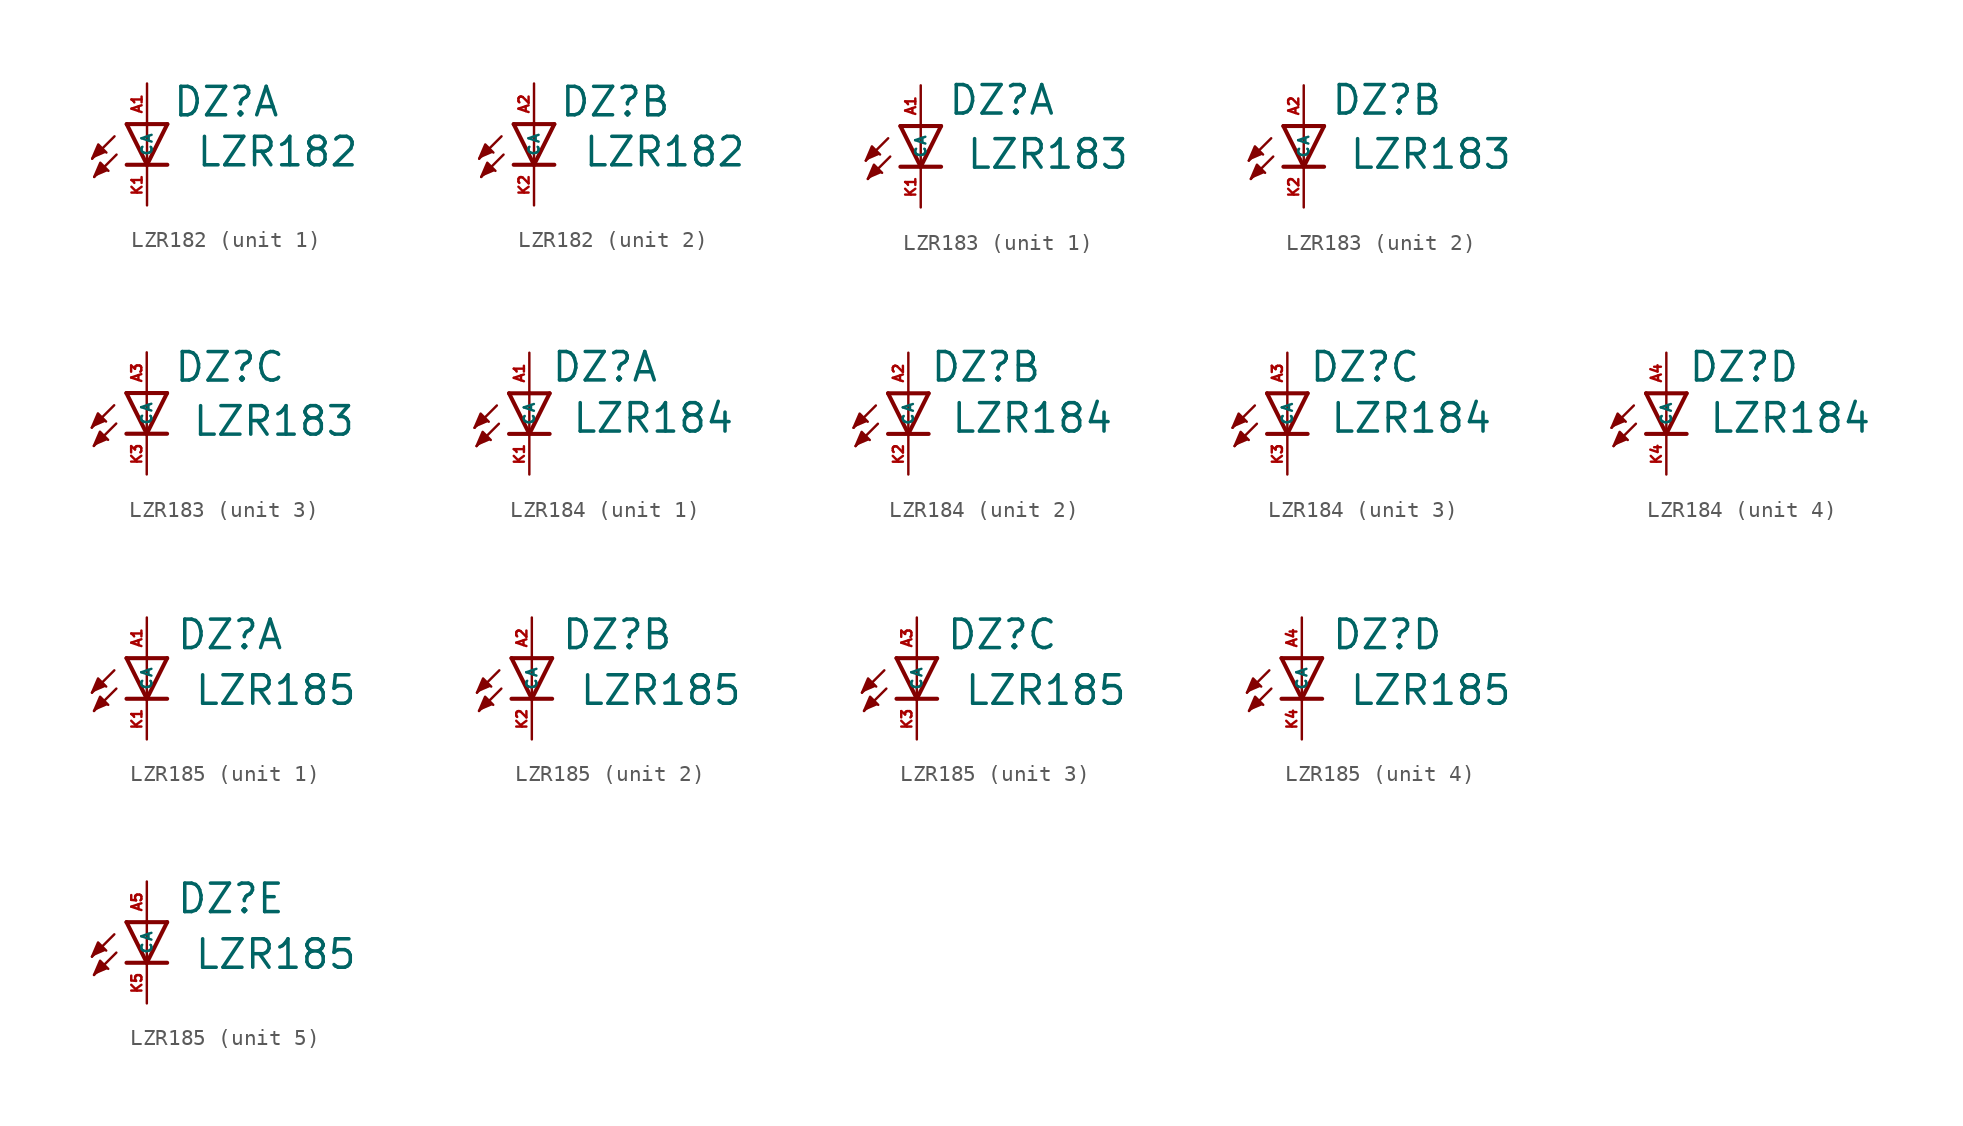
<source format=kicad_sym>
(kicad_symbol_lib
  (version 20220914)
  (generator kicad_symbol_editor)
  (symbol "LZR182"
    (property "Reference" "DZ"
      (at 1.549 0.356 0)
      (effects (font (size 1.778 1.778) (thickness 0.22)) (justify left bottom)))
    (property "Value" "LZR182"
      (at 3.023 -2.769 0)
      (effects (font (size 1.778 1.778) (thickness 0.22)) (justify left bottom)))
    (symbol "LZR182_1_0"
      (polyline (pts (xy -2.032 -0.762) (xy -3.429 -2.159)) (stroke (width 0.152) (type default)) (fill (type none)))
      (polyline (pts (xy -1.905 -1.905) (xy -3.302 -3.302)) (stroke (width 0.152) (type default)) (fill (type none)))
      (polyline (pts (xy 0 -2.54) (xy -1.27 -2.54)) (stroke (width 0.254) (type default)) (fill (type none)))
      (polyline (pts (xy 0 -2.54) (xy -1.27 0)) (stroke (width 0.254) (type default)) (fill (type none)))
      (polyline (pts (xy 0 0) (xy -1.27 0)) (stroke (width 0.254) (type default)) (fill (type none)))
      (polyline (pts (xy 0 0) (xy 0 -2.54)) (stroke (width 0.152) (type default)) (fill (type none)))
      (polyline (pts (xy 1.27 -2.54) (xy 0 -2.54)) (stroke (width 0.254) (type default)) (fill (type none)))
      (polyline (pts (xy 1.27 0) (xy 0 -2.54)) (stroke (width 0.254) (type default)) (fill (type none)))
      (polyline (pts (xy 1.27 0) (xy 0 0)) (stroke (width 0.254) (type default)) (fill (type none)))
      (polyline (pts (xy -3.429 -2.159) (xy -3.048 -1.27) (xy -2.54 -1.778)) (stroke (width 0.152) (type default)) (fill (type outline)))
      (polyline (pts (xy -3.302 -3.302) (xy -2.921 -2.413) (xy -2.413 -2.921)) (stroke (width 0.152) (type default)) (fill (type outline)))
      (pin passive line (at 0 2.54 270) (length 2.54) (name "A" (effects (font (size 0.635 0.635)))) (number "A1" (effects (font (size 0.635 0.635)))))
      (pin passive line (at 0 -5.08 90) (length 2.54) (name "C" (effects (font (size 0.635 0.635)))) (number "K1" (effects (font (size 0.635 0.635))))))
    (symbol "LZR182_2_0"
      (polyline (pts (xy -2.032 -0.762) (xy -3.429 -2.159)) (stroke (width 0.152) (type default)) (fill (type none)))
      (polyline (pts (xy -1.905 -1.905) (xy -3.302 -3.302)) (stroke (width 0.152) (type default)) (fill (type none)))
      (polyline (pts (xy 0 -2.54) (xy -1.27 -2.54)) (stroke (width 0.254) (type default)) (fill (type none)))
      (polyline (pts (xy 0 -2.54) (xy -1.27 0)) (stroke (width 0.254) (type default)) (fill (type none)))
      (polyline (pts (xy 0 0) (xy -1.27 0)) (stroke (width 0.254) (type default)) (fill (type none)))
      (polyline (pts (xy 0 0) (xy 0 -2.54)) (stroke (width 0.152) (type default)) (fill (type none)))
      (polyline (pts (xy 1.27 -2.54) (xy 0 -2.54)) (stroke (width 0.254) (type default)) (fill (type none)))
      (polyline (pts (xy 1.27 0) (xy 0 -2.54)) (stroke (width 0.254) (type default)) (fill (type none)))
      (polyline (pts (xy 1.27 0) (xy 0 0)) (stroke (width 0.254) (type default)) (fill (type none)))
      (polyline (pts (xy -3.429 -2.159) (xy -3.048 -1.27) (xy -2.54 -1.778)) (stroke (width 0.152) (type default)) (fill (type outline)))
      (polyline (pts (xy -3.302 -3.302) (xy -2.921 -2.413) (xy -2.413 -2.921)) (stroke (width 0.152) (type default)) (fill (type outline)))
      (pin passive line (at 0 2.54 270) (length 2.54) (name "A" (effects (font (size 0.635 0.635)))) (number "A2" (effects (font (size 0.635 0.635)))))
      (pin passive line (at 0 -5.08 90) (length 2.54) (name "C" (effects (font (size 0.635 0.635)))) (number "K2" (effects (font (size 0.635 0.635)))))))
  (symbol "LZR183"
    (property "Reference" "DZ"
      (at 1.651 0.584 0)
      (effects (font (size 1.778 1.778) (thickness 0.22)) (justify left bottom)))
    (property "Value" "LZR183"
      (at 2.794 -2.794 0)
      (effects (font (size 1.778 1.778) (thickness 0.22)) (justify left bottom)))
    (symbol "LZR183_1_0"
      (polyline (pts (xy -2.032 -0.762) (xy -3.429 -2.159)) (stroke (width 0.152) (type default)) (fill (type none)))
      (polyline (pts (xy -1.905 -1.905) (xy -3.302 -3.302)) (stroke (width 0.152) (type default)) (fill (type none)))
      (polyline (pts (xy 0 -2.54) (xy -1.27 -2.54)) (stroke (width 0.254) (type default)) (fill (type none)))
      (polyline (pts (xy 0 -2.54) (xy -1.27 0)) (stroke (width 0.254) (type default)) (fill (type none)))
      (polyline (pts (xy 0 0) (xy -1.27 0)) (stroke (width 0.254) (type default)) (fill (type none)))
      (polyline (pts (xy 0 0) (xy 0 -2.54)) (stroke (width 0.152) (type default)) (fill (type none)))
      (polyline (pts (xy 1.27 -2.54) (xy 0 -2.54)) (stroke (width 0.254) (type default)) (fill (type none)))
      (polyline (pts (xy 1.27 0) (xy 0 -2.54)) (stroke (width 0.254) (type default)) (fill (type none)))
      (polyline (pts (xy 1.27 0) (xy 0 0)) (stroke (width 0.254) (type default)) (fill (type none)))
      (polyline (pts (xy -3.429 -2.159) (xy -3.048 -1.27) (xy -2.54 -1.778)) (stroke (width 0.152) (type default)) (fill (type outline)))
      (polyline (pts (xy -3.302 -3.302) (xy -2.921 -2.413) (xy -2.413 -2.921)) (stroke (width 0.152) (type default)) (fill (type outline)))
      (pin passive line (at 0 2.54 270) (length 2.54) (name "A" (effects (font (size 0.635 0.635)))) (number "A1" (effects (font (size 0.635 0.635)))))
      (pin passive line (at 0 -5.08 90) (length 2.54) (name "C" (effects (font (size 0.635 0.635)))) (number "K1" (effects (font (size 0.635 0.635))))))
    (symbol "LZR183_2_0"
      (polyline (pts (xy -2.032 -0.762) (xy -3.429 -2.159)) (stroke (width 0.152) (type default)) (fill (type none)))
      (polyline (pts (xy -1.905 -1.905) (xy -3.302 -3.302)) (stroke (width 0.152) (type default)) (fill (type none)))
      (polyline (pts (xy 0 -2.54) (xy -1.27 -2.54)) (stroke (width 0.254) (type default)) (fill (type none)))
      (polyline (pts (xy 0 -2.54) (xy -1.27 0)) (stroke (width 0.254) (type default)) (fill (type none)))
      (polyline (pts (xy 0 0) (xy -1.27 0)) (stroke (width 0.254) (type default)) (fill (type none)))
      (polyline (pts (xy 0 0) (xy 0 -2.54)) (stroke (width 0.152) (type default)) (fill (type none)))
      (polyline (pts (xy 1.27 -2.54) (xy 0 -2.54)) (stroke (width 0.254) (type default)) (fill (type none)))
      (polyline (pts (xy 1.27 0) (xy 0 -2.54)) (stroke (width 0.254) (type default)) (fill (type none)))
      (polyline (pts (xy 1.27 0) (xy 0 0)) (stroke (width 0.254) (type default)) (fill (type none)))
      (polyline (pts (xy -3.429 -2.159) (xy -3.048 -1.27) (xy -2.54 -1.778)) (stroke (width 0.152) (type default)) (fill (type outline)))
      (polyline (pts (xy -3.302 -3.302) (xy -2.921 -2.413) (xy -2.413 -2.921)) (stroke (width 0.152) (type default)) (fill (type outline)))
      (pin passive line (at 0 2.54 270) (length 2.54) (name "A" (effects (font (size 0.635 0.635)))) (number "A2" (effects (font (size 0.635 0.635)))))
      (pin passive line (at 0 -5.08 90) (length 2.54) (name "C" (effects (font (size 0.635 0.635)))) (number "K2" (effects (font (size 0.635 0.635))))))
    (symbol "LZR183_3_0"
      (polyline (pts (xy -2.032 -0.762) (xy -3.429 -2.159)) (stroke (width 0.152) (type default)) (fill (type none)))
      (polyline (pts (xy -1.905 -1.905) (xy -3.302 -3.302)) (stroke (width 0.152) (type default)) (fill (type none)))
      (polyline (pts (xy 0 -2.54) (xy -1.27 -2.54)) (stroke (width 0.254) (type default)) (fill (type none)))
      (polyline (pts (xy 0 -2.54) (xy -1.27 0)) (stroke (width 0.254) (type default)) (fill (type none)))
      (polyline (pts (xy 0 0) (xy -1.27 0)) (stroke (width 0.254) (type default)) (fill (type none)))
      (polyline (pts (xy 0 0) (xy 0 -2.54)) (stroke (width 0.152) (type default)) (fill (type none)))
      (polyline (pts (xy 1.27 -2.54) (xy 0 -2.54)) (stroke (width 0.254) (type default)) (fill (type none)))
      (polyline (pts (xy 1.27 0) (xy 0 -2.54)) (stroke (width 0.254) (type default)) (fill (type none)))
      (polyline (pts (xy 1.27 0) (xy 0 0)) (stroke (width 0.254) (type default)) (fill (type none)))
      (polyline (pts (xy -3.429 -2.159) (xy -3.048 -1.27) (xy -2.54 -1.778)) (stroke (width 0.152) (type default)) (fill (type outline)))
      (polyline (pts (xy -3.302 -3.302) (xy -2.921 -2.413) (xy -2.413 -2.921)) (stroke (width 0.152) (type default)) (fill (type outline)))
      (pin passive line (at 0 2.54 270) (length 2.54) (name "A" (effects (font (size 0.635 0.635)))) (number "A3" (effects (font (size 0.635 0.635)))))
      (pin passive line (at 0 -5.08 90) (length 2.54) (name "C" (effects (font (size 0.635 0.635)))) (number "K3" (effects (font (size 0.635 0.635)))))))
  (symbol "LZR184"
    (property "Reference" "DZ"
      (at 1.321 0.61 0)
      (effects (font (size 1.778 1.778) (thickness 0.22)) (justify left bottom)))
    (property "Value" "LZR184"
      (at 2.616 -2.591 0)
      (effects (font (size 1.778 1.778) (thickness 0.22)) (justify left bottom)))
    (symbol "LZR184_1_0"
      (polyline (pts (xy -2.032 -0.762) (xy -3.429 -2.159)) (stroke (width 0.152) (type default)) (fill (type none)))
      (polyline (pts (xy -1.905 -1.905) (xy -3.302 -3.302)) (stroke (width 0.152) (type default)) (fill (type none)))
      (polyline (pts (xy 0 -2.54) (xy -1.27 -2.54)) (stroke (width 0.254) (type default)) (fill (type none)))
      (polyline (pts (xy 0 -2.54) (xy -1.27 0)) (stroke (width 0.254) (type default)) (fill (type none)))
      (polyline (pts (xy 0 0) (xy -1.27 0)) (stroke (width 0.254) (type default)) (fill (type none)))
      (polyline (pts (xy 0 0) (xy 0 -2.54)) (stroke (width 0.152) (type default)) (fill (type none)))
      (polyline (pts (xy 1.27 -2.54) (xy 0 -2.54)) (stroke (width 0.254) (type default)) (fill (type none)))
      (polyline (pts (xy 1.27 0) (xy 0 -2.54)) (stroke (width 0.254) (type default)) (fill (type none)))
      (polyline (pts (xy 1.27 0) (xy 0 0)) (stroke (width 0.254) (type default)) (fill (type none)))
      (polyline (pts (xy -3.429 -2.159) (xy -3.048 -1.27) (xy -2.54 -1.778)) (stroke (width 0.152) (type default)) (fill (type outline)))
      (polyline (pts (xy -3.302 -3.302) (xy -2.921 -2.413) (xy -2.413 -2.921)) (stroke (width 0.152) (type default)) (fill (type outline)))
      (pin passive line (at 0 2.54 270) (length 2.54) (name "A" (effects (font (size 0.635 0.635)))) (number "A1" (effects (font (size 0.635 0.635)))))
      (pin passive line (at 0 -5.08 90) (length 2.54) (name "C" (effects (font (size 0.635 0.635)))) (number "K1" (effects (font (size 0.635 0.635))))))
    (symbol "LZR184_2_0"
      (polyline (pts (xy -2.032 -0.762) (xy -3.429 -2.159)) (stroke (width 0.152) (type default)) (fill (type none)))
      (polyline (pts (xy -1.905 -1.905) (xy -3.302 -3.302)) (stroke (width 0.152) (type default)) (fill (type none)))
      (polyline (pts (xy 0 -2.54) (xy -1.27 -2.54)) (stroke (width 0.254) (type default)) (fill (type none)))
      (polyline (pts (xy 0 -2.54) (xy -1.27 0)) (stroke (width 0.254) (type default)) (fill (type none)))
      (polyline (pts (xy 0 0) (xy -1.27 0)) (stroke (width 0.254) (type default)) (fill (type none)))
      (polyline (pts (xy 0 0) (xy 0 -2.54)) (stroke (width 0.152) (type default)) (fill (type none)))
      (polyline (pts (xy 1.27 -2.54) (xy 0 -2.54)) (stroke (width 0.254) (type default)) (fill (type none)))
      (polyline (pts (xy 1.27 0) (xy 0 -2.54)) (stroke (width 0.254) (type default)) (fill (type none)))
      (polyline (pts (xy 1.27 0) (xy 0 0)) (stroke (width 0.254) (type default)) (fill (type none)))
      (polyline (pts (xy -3.429 -2.159) (xy -3.048 -1.27) (xy -2.54 -1.778)) (stroke (width 0.152) (type default)) (fill (type outline)))
      (polyline (pts (xy -3.302 -3.302) (xy -2.921 -2.413) (xy -2.413 -2.921)) (stroke (width 0.152) (type default)) (fill (type outline)))
      (pin passive line (at 0 2.54 270) (length 2.54) (name "A" (effects (font (size 0.635 0.635)))) (number "A2" (effects (font (size 0.635 0.635)))))
      (pin passive line (at 0 -5.08 90) (length 2.54) (name "C" (effects (font (size 0.635 0.635)))) (number "K2" (effects (font (size 0.635 0.635))))))
    (symbol "LZR184_3_0"
      (polyline (pts (xy -2.032 -0.762) (xy -3.429 -2.159)) (stroke (width 0.152) (type default)) (fill (type none)))
      (polyline (pts (xy -1.905 -1.905) (xy -3.302 -3.302)) (stroke (width 0.152) (type default)) (fill (type none)))
      (polyline (pts (xy 0 -2.54) (xy -1.27 -2.54)) (stroke (width 0.254) (type default)) (fill (type none)))
      (polyline (pts (xy 0 -2.54) (xy -1.27 0)) (stroke (width 0.254) (type default)) (fill (type none)))
      (polyline (pts (xy 0 0) (xy -1.27 0)) (stroke (width 0.254) (type default)) (fill (type none)))
      (polyline (pts (xy 0 0) (xy 0 -2.54)) (stroke (width 0.152) (type default)) (fill (type none)))
      (polyline (pts (xy 1.27 -2.54) (xy 0 -2.54)) (stroke (width 0.254) (type default)) (fill (type none)))
      (polyline (pts (xy 1.27 0) (xy 0 -2.54)) (stroke (width 0.254) (type default)) (fill (type none)))
      (polyline (pts (xy 1.27 0) (xy 0 0)) (stroke (width 0.254) (type default)) (fill (type none)))
      (polyline (pts (xy -3.429 -2.159) (xy -3.048 -1.27) (xy -2.54 -1.778)) (stroke (width 0.152) (type default)) (fill (type outline)))
      (polyline (pts (xy -3.302 -3.302) (xy -2.921 -2.413) (xy -2.413 -2.921)) (stroke (width 0.152) (type default)) (fill (type outline)))
      (pin passive line (at 0 2.54 270) (length 2.54) (name "A" (effects (font (size 0.635 0.635)))) (number "A3" (effects (font (size 0.635 0.635)))))
      (pin passive line (at 0 -5.08 90) (length 2.54) (name "C" (effects (font (size 0.635 0.635)))) (number "K3" (effects (font (size 0.635 0.635))))))
    (symbol "LZR184_4_0"
      (polyline (pts (xy -2.032 -0.762) (xy -3.429 -2.159)) (stroke (width 0.152) (type default)) (fill (type none)))
      (polyline (pts (xy -1.905 -1.905) (xy -3.302 -3.302)) (stroke (width 0.152) (type default)) (fill (type none)))
      (polyline (pts (xy 0 -2.54) (xy -1.27 -2.54)) (stroke (width 0.254) (type default)) (fill (type none)))
      (polyline (pts (xy 0 -2.54) (xy -1.27 0)) (stroke (width 0.254) (type default)) (fill (type none)))
      (polyline (pts (xy 0 0) (xy -1.27 0)) (stroke (width 0.254) (type default)) (fill (type none)))
      (polyline (pts (xy 0 0) (xy 0 -2.54)) (stroke (width 0.152) (type default)) (fill (type none)))
      (polyline (pts (xy 1.27 -2.54) (xy 0 -2.54)) (stroke (width 0.254) (type default)) (fill (type none)))
      (polyline (pts (xy 1.27 0) (xy 0 -2.54)) (stroke (width 0.254) (type default)) (fill (type none)))
      (polyline (pts (xy 1.27 0) (xy 0 0)) (stroke (width 0.254) (type default)) (fill (type none)))
      (polyline (pts (xy -3.429 -2.159) (xy -3.048 -1.27) (xy -2.54 -1.778)) (stroke (width 0.152) (type default)) (fill (type outline)))
      (polyline (pts (xy -3.302 -3.302) (xy -2.921 -2.413) (xy -2.413 -2.921)) (stroke (width 0.152) (type default)) (fill (type outline)))
      (pin passive line (at 0 2.54 270) (length 2.54) (name "A" (effects (font (size 0.635 0.635)))) (number "A4" (effects (font (size 0.635 0.635)))))
      (pin passive line (at 0 -5.08 90) (length 2.54) (name "C" (effects (font (size 0.635 0.635)))) (number "K4" (effects (font (size 0.635 0.635)))))))
  (symbol "LZR185"
    (property "Reference" "DZ"
      (at 1.803 0.432 0)
      (effects (font (size 1.778 1.778) (thickness 0.22)) (justify left bottom)))
    (property "Value" "LZR185"
      (at 2.921 -3.048 0)
      (effects (font (size 1.778 1.778) (thickness 0.22)) (justify left bottom)))
    (symbol "LZR185_1_0"
      (polyline (pts (xy -2.032 -0.762) (xy -3.429 -2.159)) (stroke (width 0.152) (type default)) (fill (type none)))
      (polyline (pts (xy -1.905 -1.905) (xy -3.302 -3.302)) (stroke (width 0.152) (type default)) (fill (type none)))
      (polyline (pts (xy 0 -2.54) (xy -1.27 -2.54)) (stroke (width 0.254) (type default)) (fill (type none)))
      (polyline (pts (xy 0 -2.54) (xy -1.27 0)) (stroke (width 0.254) (type default)) (fill (type none)))
      (polyline (pts (xy 0 0) (xy -1.27 0)) (stroke (width 0.254) (type default)) (fill (type none)))
      (polyline (pts (xy 0 0) (xy 0 -2.54)) (stroke (width 0.152) (type default)) (fill (type none)))
      (polyline (pts (xy 1.27 -2.54) (xy 0 -2.54)) (stroke (width 0.254) (type default)) (fill (type none)))
      (polyline (pts (xy 1.27 0) (xy 0 -2.54)) (stroke (width 0.254) (type default)) (fill (type none)))
      (polyline (pts (xy 1.27 0) (xy 0 0)) (stroke (width 0.254) (type default)) (fill (type none)))
      (polyline (pts (xy -3.429 -2.159) (xy -3.048 -1.27) (xy -2.54 -1.778)) (stroke (width 0.152) (type default)) (fill (type outline)))
      (polyline (pts (xy -3.302 -3.302) (xy -2.921 -2.413) (xy -2.413 -2.921)) (stroke (width 0.152) (type default)) (fill (type outline)))
      (pin passive line (at 0 2.54 270) (length 2.54) (name "A" (effects (font (size 0.635 0.635)))) (number "A1" (effects (font (size 0.635 0.635)))))
      (pin passive line (at 0 -5.08 90) (length 2.54) (name "C" (effects (font (size 0.635 0.635)))) (number "K1" (effects (font (size 0.635 0.635))))))
    (symbol "LZR185_2_0"
      (polyline (pts (xy -2.032 -0.762) (xy -3.429 -2.159)) (stroke (width 0.152) (type default)) (fill (type none)))
      (polyline (pts (xy -1.905 -1.905) (xy -3.302 -3.302)) (stroke (width 0.152) (type default)) (fill (type none)))
      (polyline (pts (xy 0 -2.54) (xy -1.27 -2.54)) (stroke (width 0.254) (type default)) (fill (type none)))
      (polyline (pts (xy 0 -2.54) (xy -1.27 0)) (stroke (width 0.254) (type default)) (fill (type none)))
      (polyline (pts (xy 0 0) (xy -1.27 0)) (stroke (width 0.254) (type default)) (fill (type none)))
      (polyline (pts (xy 0 0) (xy 0 -2.54)) (stroke (width 0.152) (type default)) (fill (type none)))
      (polyline (pts (xy 1.27 -2.54) (xy 0 -2.54)) (stroke (width 0.254) (type default)) (fill (type none)))
      (polyline (pts (xy 1.27 0) (xy 0 -2.54)) (stroke (width 0.254) (type default)) (fill (type none)))
      (polyline (pts (xy 1.27 0) (xy 0 0)) (stroke (width 0.254) (type default)) (fill (type none)))
      (polyline (pts (xy -3.429 -2.159) (xy -3.048 -1.27) (xy -2.54 -1.778)) (stroke (width 0.152) (type default)) (fill (type outline)))
      (polyline (pts (xy -3.302 -3.302) (xy -2.921 -2.413) (xy -2.413 -2.921)) (stroke (width 0.152) (type default)) (fill (type outline)))
      (pin passive line (at 0 2.54 270) (length 2.54) (name "A" (effects (font (size 0.635 0.635)))) (number "A2" (effects (font (size 0.635 0.635)))))
      (pin passive line (at 0 -5.08 90) (length 2.54) (name "C" (effects (font (size 0.635 0.635)))) (number "K2" (effects (font (size 0.635 0.635))))))
    (symbol "LZR185_3_0"
      (polyline (pts (xy -2.032 -0.762) (xy -3.429 -2.159)) (stroke (width 0.152) (type default)) (fill (type none)))
      (polyline (pts (xy -1.905 -1.905) (xy -3.302 -3.302)) (stroke (width 0.152) (type default)) (fill (type none)))
      (polyline (pts (xy 0 -2.54) (xy -1.27 -2.54)) (stroke (width 0.254) (type default)) (fill (type none)))
      (polyline (pts (xy 0 -2.54) (xy -1.27 0)) (stroke (width 0.254) (type default)) (fill (type none)))
      (polyline (pts (xy 0 0) (xy -1.27 0)) (stroke (width 0.254) (type default)) (fill (type none)))
      (polyline (pts (xy 0 0) (xy 0 -2.54)) (stroke (width 0.152) (type default)) (fill (type none)))
      (polyline (pts (xy 1.27 -2.54) (xy 0 -2.54)) (stroke (width 0.254) (type default)) (fill (type none)))
      (polyline (pts (xy 1.27 0) (xy 0 -2.54)) (stroke (width 0.254) (type default)) (fill (type none)))
      (polyline (pts (xy 1.27 0) (xy 0 0)) (stroke (width 0.254) (type default)) (fill (type none)))
      (polyline (pts (xy -3.429 -2.159) (xy -3.048 -1.27) (xy -2.54 -1.778)) (stroke (width 0.152) (type default)) (fill (type outline)))
      (polyline (pts (xy -3.302 -3.302) (xy -2.921 -2.413) (xy -2.413 -2.921)) (stroke (width 0.152) (type default)) (fill (type outline)))
      (pin passive line (at 0 2.54 270) (length 2.54) (name "A" (effects (font (size 0.635 0.635)))) (number "A3" (effects (font (size 0.635 0.635)))))
      (pin passive line (at 0 -5.08 90) (length 2.54) (name "C" (effects (font (size 0.635 0.635)))) (number "K3" (effects (font (size 0.635 0.635))))))
    (symbol "LZR185_4_0"
      (polyline (pts (xy -2.032 -0.762) (xy -3.429 -2.159)) (stroke (width 0.152) (type default)) (fill (type none)))
      (polyline (pts (xy -1.905 -1.905) (xy -3.302 -3.302)) (stroke (width 0.152) (type default)) (fill (type none)))
      (polyline (pts (xy 0 -2.54) (xy -1.27 -2.54)) (stroke (width 0.254) (type default)) (fill (type none)))
      (polyline (pts (xy 0 -2.54) (xy -1.27 0)) (stroke (width 0.254) (type default)) (fill (type none)))
      (polyline (pts (xy 0 0) (xy -1.27 0)) (stroke (width 0.254) (type default)) (fill (type none)))
      (polyline (pts (xy 0 0) (xy 0 -2.54)) (stroke (width 0.152) (type default)) (fill (type none)))
      (polyline (pts (xy 1.27 -2.54) (xy 0 -2.54)) (stroke (width 0.254) (type default)) (fill (type none)))
      (polyline (pts (xy 1.27 0) (xy 0 -2.54)) (stroke (width 0.254) (type default)) (fill (type none)))
      (polyline (pts (xy 1.27 0) (xy 0 0)) (stroke (width 0.254) (type default)) (fill (type none)))
      (polyline (pts (xy -3.429 -2.159) (xy -3.048 -1.27) (xy -2.54 -1.778)) (stroke (width 0.152) (type default)) (fill (type outline)))
      (polyline (pts (xy -3.302 -3.302) (xy -2.921 -2.413) (xy -2.413 -2.921)) (stroke (width 0.152) (type default)) (fill (type outline)))
      (pin passive line (at 0 2.54 270) (length 2.54) (name "A" (effects (font (size 0.635 0.635)))) (number "A4" (effects (font (size 0.635 0.635)))))
      (pin passive line (at 0 -5.08 90) (length 2.54) (name "C" (effects (font (size 0.635 0.635)))) (number "K4" (effects (font (size 0.635 0.635))))))
    (symbol "LZR185_5_0"
      (polyline (pts (xy -2.032 -0.762) (xy -3.429 -2.159)) (stroke (width 0.152) (type default)) (fill (type none)))
      (polyline (pts (xy -1.905 -1.905) (xy -3.302 -3.302)) (stroke (width 0.152) (type default)) (fill (type none)))
      (polyline (pts (xy 0 -2.54) (xy -1.27 -2.54)) (stroke (width 0.254) (type default)) (fill (type none)))
      (polyline (pts (xy 0 -2.54) (xy -1.27 0)) (stroke (width 0.254) (type default)) (fill (type none)))
      (polyline (pts (xy 0 0) (xy -1.27 0)) (stroke (width 0.254) (type default)) (fill (type none)))
      (polyline (pts (xy 0 0) (xy 0 -2.54)) (stroke (width 0.152) (type default)) (fill (type none)))
      (polyline (pts (xy 1.27 -2.54) (xy 0 -2.54)) (stroke (width 0.254) (type default)) (fill (type none)))
      (polyline (pts (xy 1.27 0) (xy 0 -2.54)) (stroke (width 0.254) (type default)) (fill (type none)))
      (polyline (pts (xy 1.27 0) (xy 0 0)) (stroke (width 0.254) (type default)) (fill (type none)))
      (polyline (pts (xy -3.429 -2.159) (xy -3.048 -1.27) (xy -2.54 -1.778)) (stroke (width 0.152) (type default)) (fill (type outline)))
      (polyline (pts (xy -3.302 -3.302) (xy -2.921 -2.413) (xy -2.413 -2.921)) (stroke (width 0.152) (type default)) (fill (type outline)))
      (pin passive line (at 0 2.54 270) (length 2.54) (name "A" (effects (font (size 0.635 0.635)))) (number "A5" (effects (font (size 0.635 0.635)))))
      (pin passive line (at 0 -5.08 90) (length 2.54) (name "C" (effects (font (size 0.635 0.635)))) (number "K5" (effects (font (size 0.635 0.635))))))))
</source>
